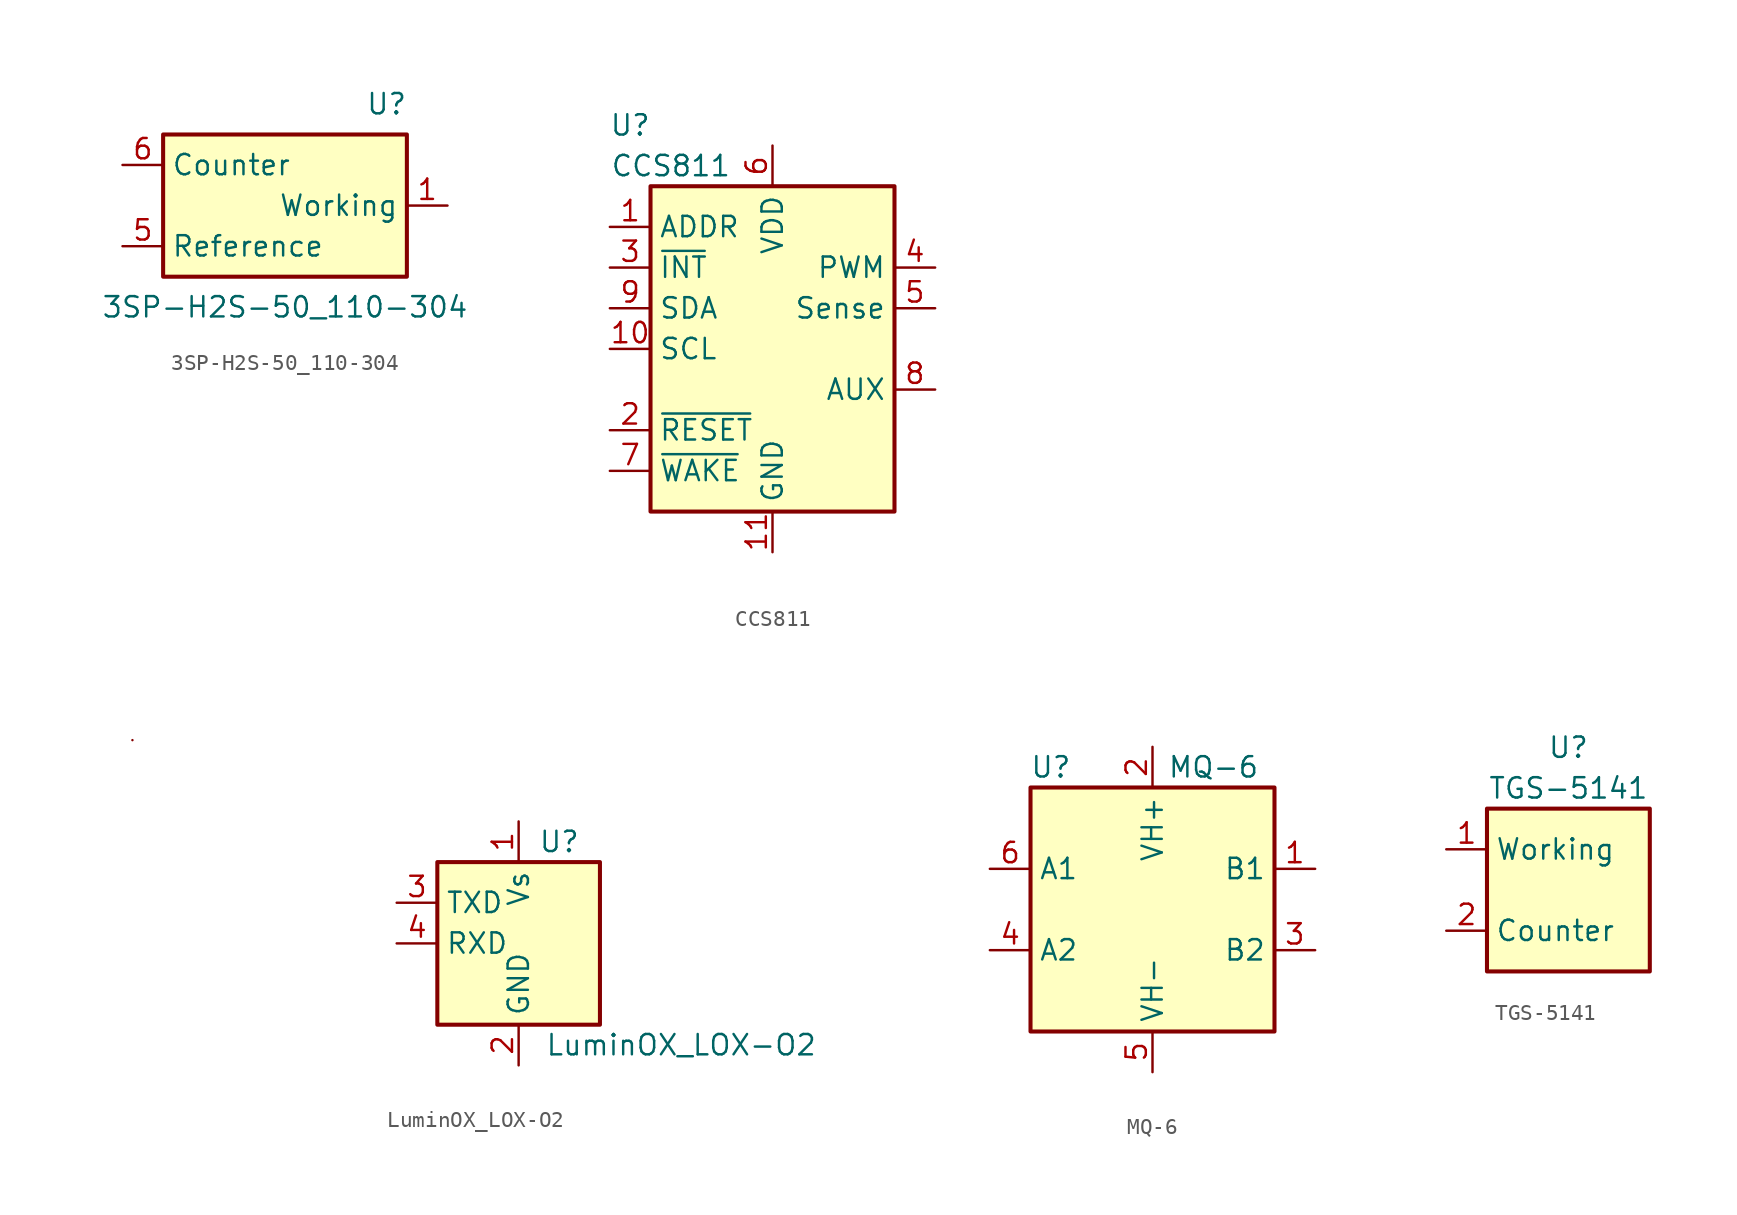
<source format=kicad_sym>
(kicad_symbol_lib
  (version 20241209)
  (generator "kicad_symbol_editor")
  (generator_version "9.0")
  (symbol "3SP-H2S-50_110-304"
    (property "Reference" "U"
      (at 6.35 6.35 0)
      (effects (font (size 1.27 1.27))))
    (property "Value" "3SP-H2S-50_110-304"
      (at 0 -6.35 0)
      (effects (font (size 1.27 1.27))))
    (symbol "3SP-H2S-50_110-304_0_1"
      (rectangle (start -7.62 4.445) (end 7.62 -4.445) (stroke (width 0.254) (type default)) (fill (type background))))
    (symbol "3SP-H2S-50_110-304_1_1"
      (pin input line (at -10.16 2.54 0) (length 2.54) (name "Counter" (effects (font (size 1.27 1.27)))) (number "6" (effects (font (size 1.27 1.27)))))
      (pin passive line (at -10.16 -2.54 0) (length 2.54) (name "Reference" (effects (font (size 1.27 1.27)))) (number "5" (effects (font (size 1.27 1.27)))))
      (pin output line (at 10.16 0 180) (length 2.54) (name "Working" (effects (font (size 1.27 1.27)))) (number "1" (effects (font (size 1.27 1.27)))))
      (pin output line (at 10.16 0 180) (length 2.54) (hide yes) (name "Working" (effects (font (size 1.27 1.27)))) (number "10" (effects (font (size 1.27 1.27)))))))
  (symbol "CCS811"
    (property "Reference" "U"
      (at -8.89 13.97 0)
      (effects (font (size 1.27 1.27))))
    (property "Value" "CCS811"
      (at -6.35 11.43 0)
      (effects (font (size 1.27 1.27))))
    (symbol "CCS811_0_1"
      (rectangle (start -7.62 10.16) (end 7.62 -10.16) (stroke (width 0.254) (type default)) (fill (type background))))
    (symbol "CCS811_1_1"
      (pin input line (at -10.16 7.62 0) (length 2.54) (name "ADDR" (effects (font (size 1.27 1.27)))) (number "1" (effects (font (size 1.27 1.27)))))
      (pin output line (at -10.16 5.08 0) (length 2.54) (name "~{INT}" (effects (font (size 1.27 1.27)))) (number "3" (effects (font (size 1.27 1.27)))))
      (pin bidirectional line (at -10.16 2.54 0) (length 2.54) (name "SDA" (effects (font (size 1.27 1.27)))) (number "9" (effects (font (size 1.27 1.27)))))
      (pin input line (at -10.16 0 0) (length 2.54) (name "SCL" (effects (font (size 1.27 1.27)))) (number "10" (effects (font (size 1.27 1.27)))))
      (pin input line (at -10.16 -5.08 0) (length 2.54) (name "~{RESET}" (effects (font (size 1.27 1.27)))) (number "2" (effects (font (size 1.27 1.27)))))
      (pin input line (at -10.16 -7.62 0) (length 2.54) (name "~{WAKE}" (effects (font (size 1.27 1.27)))) (number "7" (effects (font (size 1.27 1.27)))))
      (pin power_in line (at 0 12.7 270) (length 2.54) (name "VDD" (effects (font (size 1.27 1.27)))) (number "6" (effects (font (size 1.27 1.27)))))
      (pin power_in line (at 0 -12.7 90) (length 2.54) (name "GND" (effects (font (size 1.27 1.27)))) (number "11" (effects (font (size 1.27 1.27)))))
      (pin output line (at 10.16 5.08 180) (length 2.54) (name "PWM" (effects (font (size 1.27 1.27)))) (number "4" (effects (font (size 1.27 1.27)))))
      (pin bidirectional line (at 10.16 2.54 180) (length 2.54) (name "Sense" (effects (font (size 1.27 1.27)))) (number "5" (effects (font (size 1.27 1.27)))))
      (pin input line (at 10.16 -2.54 180) (length 2.54) (name "AUX" (effects (font (size 1.27 1.27)))) (number "8" (effects (font (size 1.27 1.27)))))))
  (symbol "LuminOX_LOX-O2"
    (property "Reference" "U"
      (at 2.54 6.35 0)
      (effects (font (size 1.27 1.27))))
    (property "Value" "LuminOX_LOX-O2"
      (at 10.16 -6.35 0)
      (effects (font (size 1.27 1.27))))
    (symbol "LuminOX_LOX-O2_0_1"
      (rectangle (start -24.13 12.7) (end -24.13 12.7) (stroke (width 0) (type default)) (fill (type none)))
      (rectangle (start -5.08 5.08) (end 5.08 -5.08) (stroke (width 0.254) (type default)) (fill (type background))))
    (symbol "LuminOX_LOX-O2_1_1"
      (pin output line (at -7.62 2.54 0) (length 2.54) (name "TXD" (effects (font (size 1.27 1.27)))) (number "3" (effects (font (size 1.27 1.27)))))
      (pin input line (at -7.62 0 0) (length 2.54) (name "RXD" (effects (font (size 1.27 1.27)))) (number "4" (effects (font (size 1.27 1.27)))))
      (pin power_in line (at 0 7.62 270) (length 2.54) (name "Vs" (effects (font (size 1.27 1.27)))) (number "1" (effects (font (size 1.27 1.27)))))
      (pin power_in line (at 0 -7.62 90) (length 2.54) (name "GND" (effects (font (size 1.27 1.27)))) (number "2" (effects (font (size 1.27 1.27)))))))
  (symbol "MQ-6"
    (property "Reference" "U"
      (at -6.35 8.89 0)
      (effects (font (size 1.27 1.27))))
    (property "Value" "MQ-6"
      (at 3.81 8.89 0)
      (effects (font (size 1.27 1.27))))
    (symbol "MQ-6_0_1"
      (rectangle (start -7.62 7.62) (end 7.62 -7.62) (stroke (width 0.254) (type default)) (fill (type background))))
    (symbol "MQ-6_1_1"
      (pin passive line (at -10.16 2.54 0) (length 2.54) (name "A1" (effects (font (size 1.27 1.27)))) (number "6" (effects (font (size 1.27 1.27)))))
      (pin passive line (at -10.16 -2.54 0) (length 2.54) (name "A2" (effects (font (size 1.27 1.27)))) (number "4" (effects (font (size 1.27 1.27)))))
      (pin power_in line (at 0 10.16 270) (length 2.54) (name "VH+" (effects (font (size 1.27 1.27)))) (number "2" (effects (font (size 1.27 1.27)))))
      (pin power_in line (at 0 -10.16 90) (length 2.54) (name "VH-" (effects (font (size 1.27 1.27)))) (number "5" (effects (font (size 1.27 1.27)))))
      (pin passive line (at 10.16 2.54 180) (length 2.54) (name "B1" (effects (font (size 1.27 1.27)))) (number "1" (effects (font (size 1.27 1.27)))))
      (pin passive line (at 10.16 -2.54 180) (length 2.54) (name "B2" (effects (font (size 1.27 1.27)))) (number "3" (effects (font (size 1.27 1.27)))))))
  (symbol "TGS-5141"
    (property "Reference" "U"
      (at 0 8.89 0)
      (effects (font (size 1.27 1.27))))
    (property "Value" "TGS-5141"
      (at 0 6.35 0)
      (effects (font (size 1.27 1.27))))
    (symbol "TGS-5141_0_1"
      (rectangle (start -5.08 5.08) (end 5.08 -5.08) (stroke (width 0.254) (type default)) (fill (type background))))
    (symbol "TGS-5141_1_1"
      (pin passive line (at -7.62 2.54 0) (length 2.54) (name "Working" (effects (font (size 1.27 1.27)))) (number "1" (effects (font (size 1.27 1.27)))))
      (pin passive line (at -7.62 -2.54 0) (length 2.54) (name "Counter" (effects (font (size 1.27 1.27)))) (number "2" (effects (font (size 1.27 1.27))))))))
</source>
